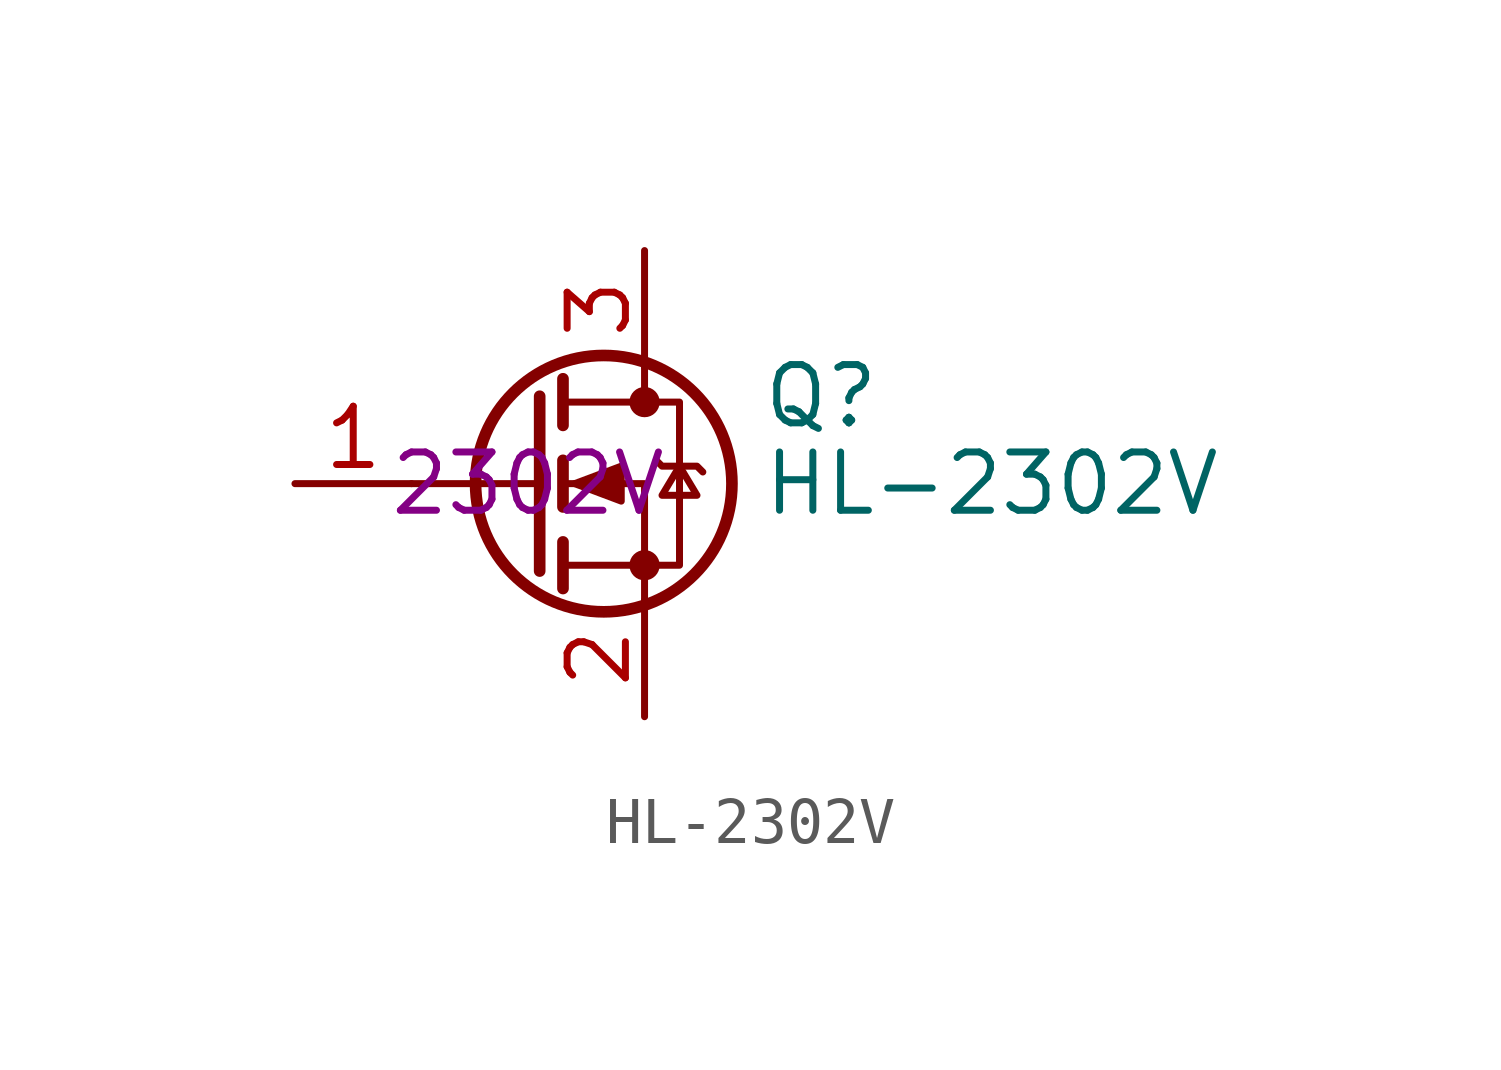
<source format=kicad_sym>
(kicad_symbol_lib
  (version 20211014)
  (generator kicad_symbol_editor)
  (symbol "HL-2302V"
    (pin_names hide)
    (property "Reference" "Q"
      (at 5.08 1.905 0)
      (effects (font (size 1.27 1.27)) (justify left)))
    (property "Value" "HL-2302V"
      (at 5.08 0 0)
      (effects (font (size 1.27 1.27)) (justify left)))
    (property "Part Number" "2302V"
      (at 0 0 0)
      (effects (font (size 1.27 1.27))))
    (symbol "HL-2302V_0_1"
      (polyline (pts (xy 0.254 0) (xy -2.54 0)) (stroke (width 0) (type default) (color 0 0 0 0)) (fill (type none)))
      (polyline (pts (xy 0.254 1.905) (xy 0.254 -1.905)) (stroke (width 0.254) (type default) (color 0 0 0 0)) (fill (type none)))
      (polyline (pts (xy 0.762 -1.27) (xy 0.762 -2.286)) (stroke (width 0.254) (type default) (color 0 0 0 0)) (fill (type none)))
      (polyline (pts (xy 0.762 0.508) (xy 0.762 -0.508)) (stroke (width 0.254) (type default) (color 0 0 0 0)) (fill (type none)))
      (polyline (pts (xy 0.762 2.286) (xy 0.762 1.27)) (stroke (width 0.254) (type default) (color 0 0 0 0)) (fill (type none)))
      (polyline (pts (xy 2.54 2.54) (xy 2.54 1.778)) (stroke (width 0) (type default) (color 0 0 0 0)) (fill (type none)))
      (polyline (pts (xy 2.54 -2.54) (xy 2.54 0) (xy 0.762 0)) (stroke (width 0) (type default) (color 0 0 0 0)) (fill (type none)))
      (polyline (pts (xy 0.762 -1.778) (xy 3.302 -1.778) (xy 3.302 1.778) (xy 0.762 1.778)) (stroke (width 0) (type default) (color 0 0 0 0)) (fill (type none)))
      (polyline (pts (xy 1.016 0) (xy 2.032 0.381) (xy 2.032 -0.381) (xy 1.016 0)) (stroke (width 0) (type default) (color 0 0 0 0)) (fill (type outline)))
      (polyline (pts (xy 2.794 0.508) (xy 2.921 0.381) (xy 3.683 0.381) (xy 3.81 0.254)) (stroke (width 0) (type default) (color 0 0 0 0)) (fill (type none)))
      (polyline (pts (xy 3.302 0.381) (xy 2.921 -0.254) (xy 3.683 -0.254) (xy 3.302 0.381)) (stroke (width 0) (type default) (color 0 0 0 0)) (fill (type none)))
      (circle (center 1.651 0) (radius 2.794) (stroke (width 0.254) (type default) (color 0 0 0 0)) (fill (type none)))
      (circle (center 2.54 -1.778) (radius 0.254) (stroke (width 0) (type default) (color 0 0 0 0)) (fill (type outline)))
      (circle (center 2.54 1.778) (radius 0.254) (stroke (width 0) (type default) (color 0 0 0 0)) (fill (type outline))))
    (symbol "HL-2302V_1_1"
      (pin input line (at -5.08 0 0) (length 2.54) (name "G" (effects (font (size 1.27 1.27)))) (number "1" (effects (font (size 1.27 1.27)))))
      (pin passive line (at 2.54 -5.08 90) (length 2.54) (name "S" (effects (font (size 1.27 1.27)))) (number "2" (effects (font (size 1.27 1.27)))))
      (pin passive line (at 2.54 5.08 270) (length 2.54) (name "D" (effects (font (size 1.27 1.27)))) (number "3" (effects (font (size 1.27 1.27))))))))
</source>
